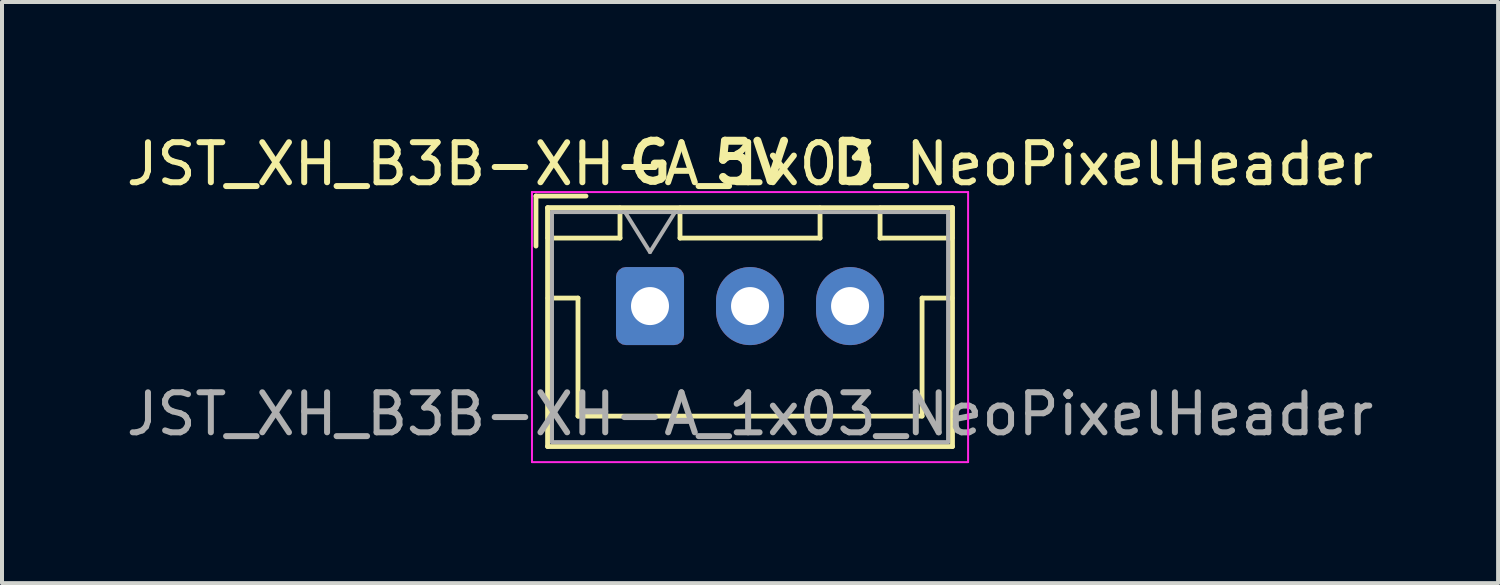
<source format=kicad_pcb>
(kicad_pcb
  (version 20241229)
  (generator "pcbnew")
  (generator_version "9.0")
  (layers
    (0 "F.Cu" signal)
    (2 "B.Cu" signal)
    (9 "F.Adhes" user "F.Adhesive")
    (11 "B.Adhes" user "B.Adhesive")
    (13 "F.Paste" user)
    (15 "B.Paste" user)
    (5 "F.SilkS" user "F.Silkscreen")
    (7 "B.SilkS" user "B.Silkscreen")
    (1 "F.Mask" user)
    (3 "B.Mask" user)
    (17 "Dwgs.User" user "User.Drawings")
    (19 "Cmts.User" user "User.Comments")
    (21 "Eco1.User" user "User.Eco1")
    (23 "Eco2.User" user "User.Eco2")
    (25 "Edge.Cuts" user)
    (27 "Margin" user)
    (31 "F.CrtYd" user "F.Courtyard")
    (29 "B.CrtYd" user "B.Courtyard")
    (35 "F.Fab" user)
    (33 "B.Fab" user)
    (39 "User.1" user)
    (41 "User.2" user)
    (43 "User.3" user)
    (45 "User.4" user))
  (footprint "JST_XH_B3B-XH-A_1x03_NeoPixelHeader"
    (layer "F.Cu")
    (at 13.196 4.6)
    (property "Reference" "JST_XH_B3B-XH-A_1x03_NeoPixelHeader" (at 2.5 -3.55 0) (layer "F.SilkS") (effects (font (size 1 1) (thickness 0.15))))
    (attr through_hole)
    (fp_line (start -2.85 -2.75) (end -2.85 -1.5) (stroke (width 0.12) (type solid)) (layer "F.SilkS"))
    (fp_line (start -2.56 -2.46) (end -2.56 3.51) (stroke (width 0.12) (type solid)) (layer "F.SilkS"))
    (fp_line (start -2.56 3.51) (end 7.56 3.51) (stroke (width 0.12) (type solid)) (layer "F.SilkS"))
    (fp_line (start -2.55 -2.45) (end -2.55 -1.7) (stroke (width 0.12) (type solid)) (layer "F.SilkS"))
    (fp_line (start -2.55 -1.7) (end -0.75 -1.7) (stroke (width 0.12) (type solid)) (layer "F.SilkS"))
    (fp_line (start -2.55 -0.2) (end -1.8 -0.2) (stroke (width 0.12) (type solid)) (layer "F.SilkS"))
    (fp_line (start -1.8 -0.2) (end -1.8 2.75) (stroke (width 0.12) (type solid)) (layer "F.SilkS"))
    (fp_line (start -1.8 2.75) (end 2.5 2.75) (stroke (width 0.12) (type solid)) (layer "F.SilkS"))
    (fp_line (start -1.6 -2.75) (end -2.85 -2.75) (stroke (width 0.12) (type solid)) (layer "F.SilkS"))
    (fp_line (start -0.75 -2.45) (end -2.55 -2.45) (stroke (width 0.12) (type solid)) (layer "F.SilkS"))
    (fp_line (start -0.75 -1.7) (end -0.75 -2.45) (stroke (width 0.12) (type solid)) (layer "F.SilkS"))
    (fp_line (start 0.75 -2.45) (end 0.75 -1.7) (stroke (width 0.12) (type solid)) (layer "F.SilkS"))
    (fp_line (start 0.75 -1.7) (end 4.25 -1.7) (stroke (width 0.12) (type solid)) (layer "F.SilkS"))
    (fp_line (start 4.25 -2.45) (end 0.75 -2.45) (stroke (width 0.12) (type solid)) (layer "F.SilkS"))
    (fp_line (start 4.25 -1.7) (end 4.25 -2.45) (stroke (width 0.12) (type solid)) (layer "F.SilkS"))
    (fp_line (start 5.75 -2.45) (end 5.75 -1.7) (stroke (width 0.12) (type solid)) (layer "F.SilkS"))
    (fp_line (start 5.75 -1.7) (end 7.55 -1.7) (stroke (width 0.12) (type solid)) (layer "F.SilkS"))
    (fp_line (start 6.8 -0.2) (end 6.8 2.75) (stroke (width 0.12) (type solid)) (layer "F.SilkS"))
    (fp_line (start 6.8 2.75) (end 2.5 2.75) (stroke (width 0.12) (type solid)) (layer "F.SilkS"))
    (fp_line (start 7.55 -2.45) (end 5.75 -2.45) (stroke (width 0.12) (type solid)) (layer "F.SilkS"))
    (fp_line (start 7.55 -1.7) (end 7.55 -2.45) (stroke (width 0.12) (type solid)) (layer "F.SilkS"))
    (fp_line (start 7.55 -0.2) (end 6.8 -0.2) (stroke (width 0.12) (type solid)) (layer "F.SilkS"))
    (fp_line (start 7.56 -2.46) (end -2.56 -2.46) (stroke (width 0.12) (type solid)) (layer "F.SilkS"))
    (fp_line (start 7.56 3.51) (end 7.56 -2.46) (stroke (width 0.12) (type solid)) (layer "F.SilkS"))
    (fp_line (start -2.95 -2.85) (end -2.95 3.9) (stroke (width 0.05) (type solid)) (layer "F.CrtYd"))
    (fp_line (start -2.95 3.9) (end 7.95 3.9) (stroke (width 0.05) (type solid)) (layer "F.CrtYd"))
    (fp_line (start 7.95 -2.85) (end -2.95 -2.85) (stroke (width 0.05) (type solid)) (layer "F.CrtYd"))
    (fp_line (start 7.95 3.9) (end 7.95 -2.85) (stroke (width 0.05) (type solid)) (layer "F.CrtYd"))
    (fp_line (start -2.45 -2.35) (end -2.45 3.4) (stroke (width 0.1) (type solid)) (layer "F.Fab"))
    (fp_line (start -2.45 3.4) (end 7.45 3.4) (stroke (width 0.1) (type solid)) (layer "F.Fab"))
    (fp_line (start -0.625 -2.35) (end 0 -1.35) (stroke (width 0.1) (type solid)) (layer "F.Fab"))
    (fp_line (start 0 -1.35) (end 0.625 -2.35) (stroke (width 0.1) (type solid)) (layer "F.Fab"))
    (fp_line (start 7.45 -2.35) (end -2.45 -2.35) (stroke (width 0.1) (type solid)) (layer "F.Fab"))
    (fp_line (start 7.45 3.4) (end 7.45 -2.35) (stroke (width 0.1) (type solid)) (layer "F.Fab"))
    (fp_text user "5V" (at 2.54 -3 0) (unlocked yes) (layer "F.SilkS") (effects (font (size 1 1) (thickness 0.2) (bold yes)) (justify bottom)))
    (fp_text user "D" (at 5.08 -3 0) (unlocked yes) (layer "F.SilkS") (effects (font (size 1 1) (thickness 0.2) (bold yes)) (justify bottom)))
    (fp_text user "G" (at 0 -3 0) (unlocked yes) (layer "F.SilkS") (effects (font (size 1 1) (thickness 0.2) (bold yes)) (justify bottom)))
    (fp_text user "${REFERENCE}" (at 2.5 2.7 0) (layer "F.Fab") (effects (font (size 1 1) (thickness 0.15))))
    (pad "1" thru_hole roundrect (at 0 0) (size 1.7 1.95) (drill 0.95) (layers "*.Cu" "*.Mask") (roundrect_rratio 0.147))
    (pad "2" thru_hole oval (at 2.5 0) (size 1.7 1.95) (drill 0.95) (layers "*.Cu" "*.Mask"))
    (pad "3" thru_hole oval (at 5 0) (size 1.7 1.95) (drill 0.95) (layers "*.Cu" "*.Mask")))
  (gr_rect
    (start -3 -3)
    (end 34.393 11.525)
    (stroke (width 0.1) (type default))
    (fill no)
    (layer "Edge.Cuts")))
</source>
